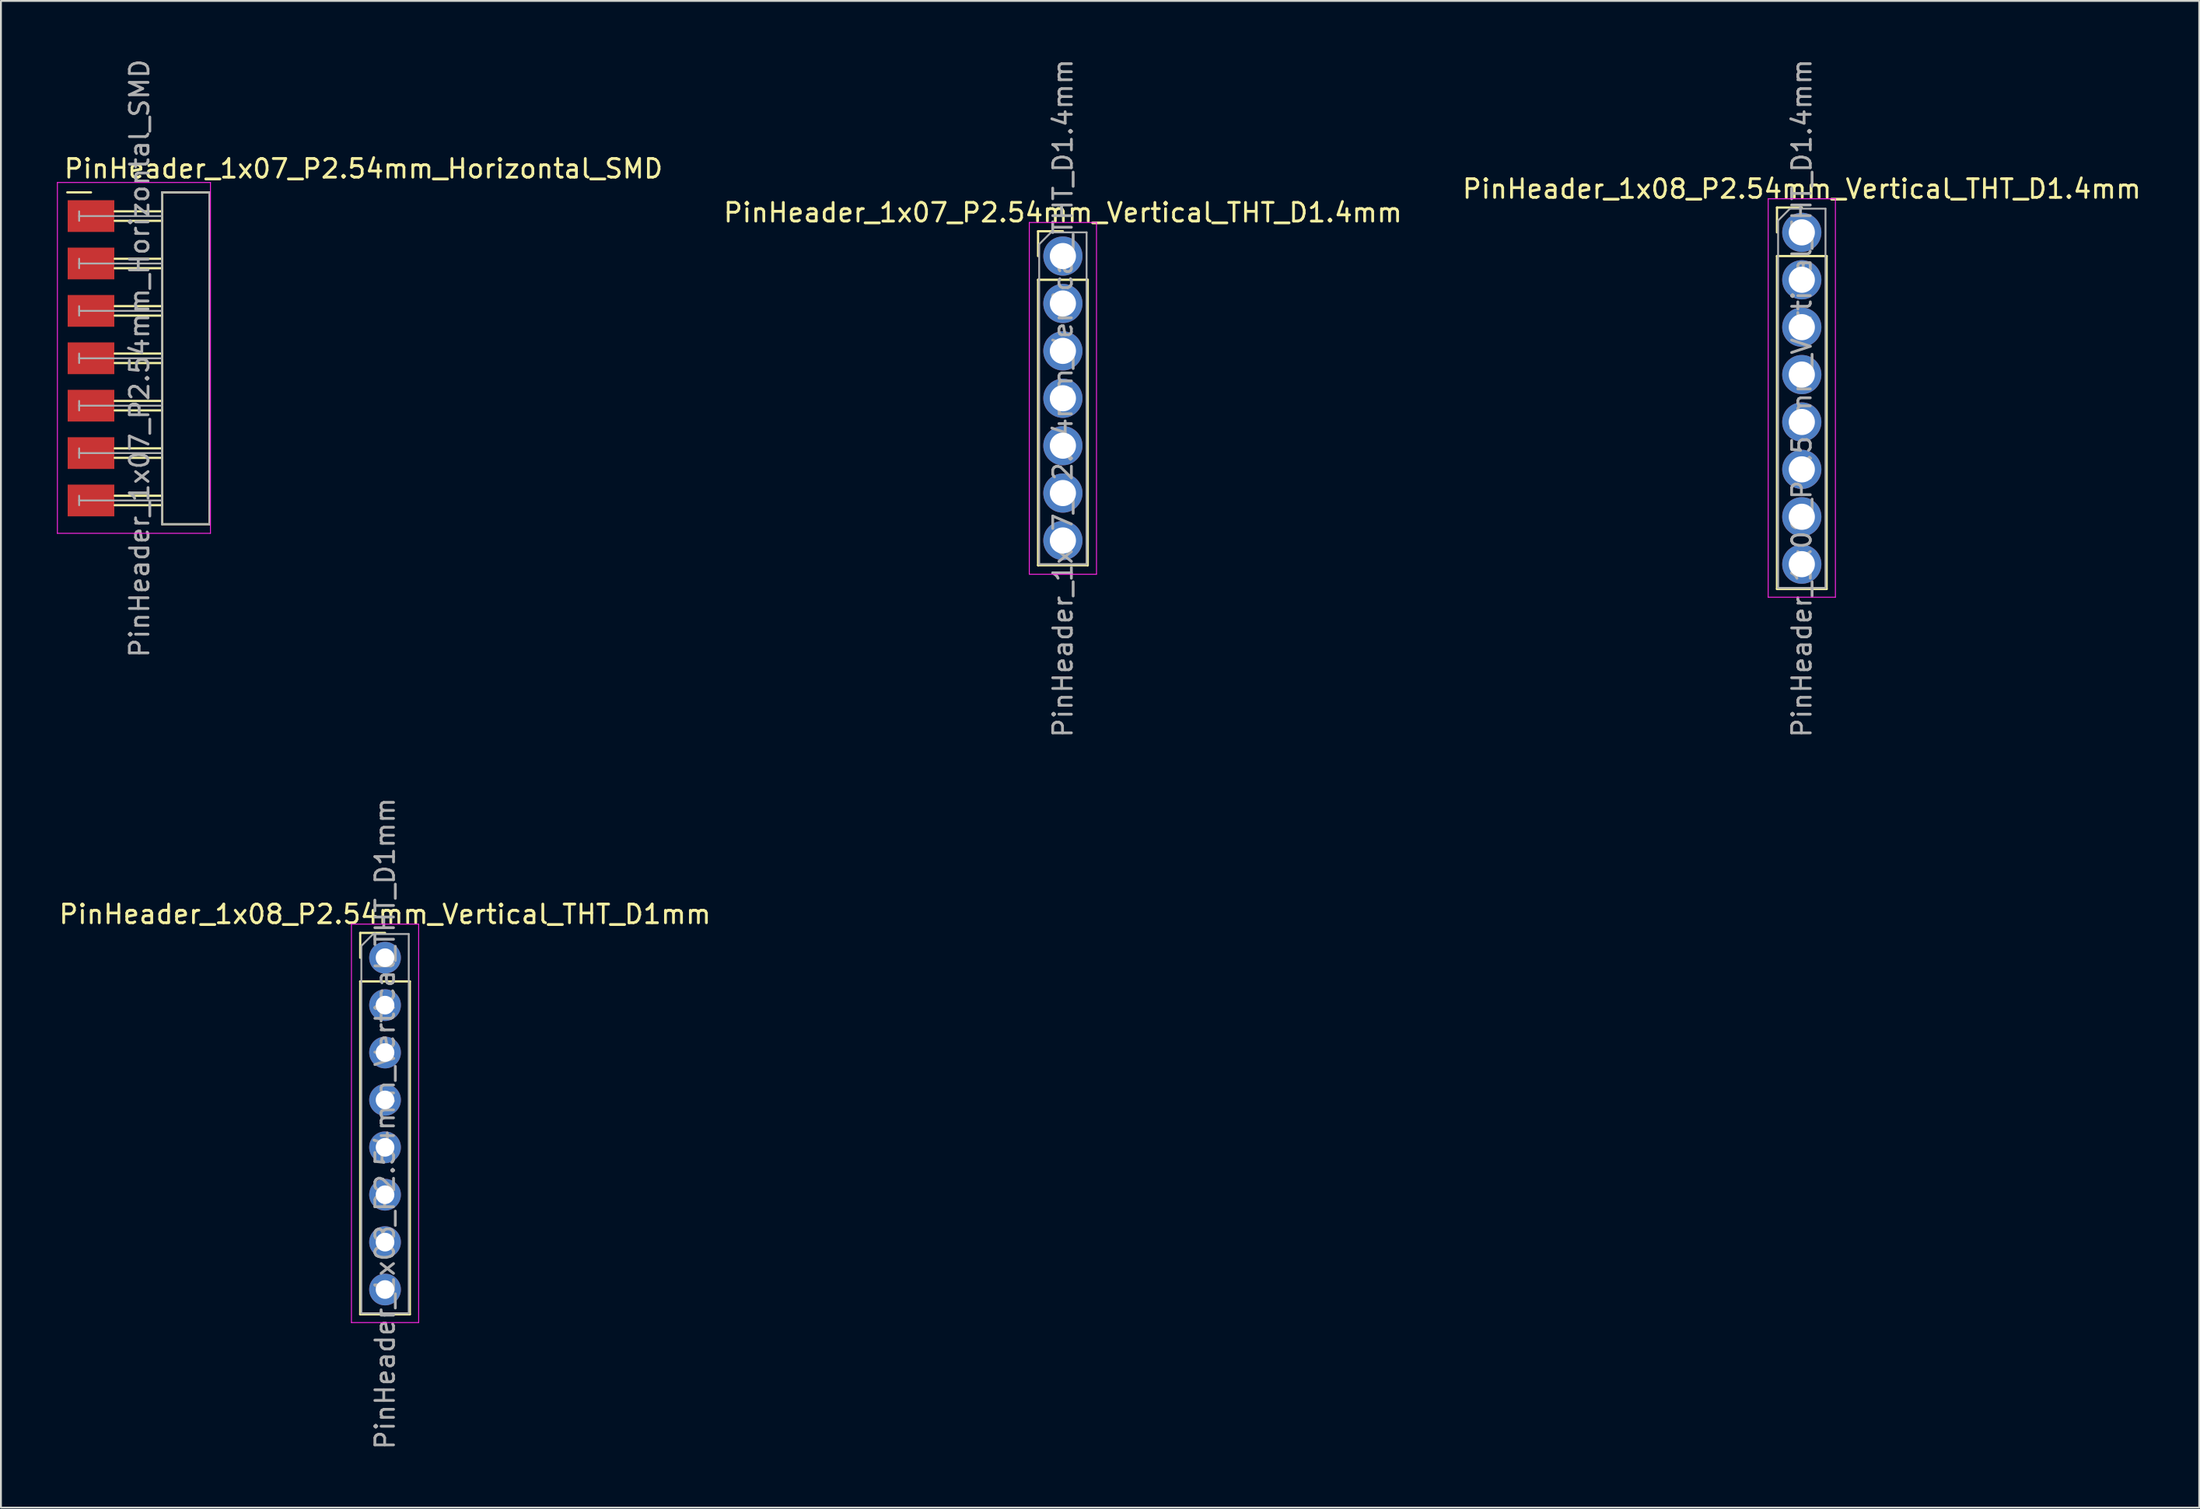
<source format=kicad_pcb>
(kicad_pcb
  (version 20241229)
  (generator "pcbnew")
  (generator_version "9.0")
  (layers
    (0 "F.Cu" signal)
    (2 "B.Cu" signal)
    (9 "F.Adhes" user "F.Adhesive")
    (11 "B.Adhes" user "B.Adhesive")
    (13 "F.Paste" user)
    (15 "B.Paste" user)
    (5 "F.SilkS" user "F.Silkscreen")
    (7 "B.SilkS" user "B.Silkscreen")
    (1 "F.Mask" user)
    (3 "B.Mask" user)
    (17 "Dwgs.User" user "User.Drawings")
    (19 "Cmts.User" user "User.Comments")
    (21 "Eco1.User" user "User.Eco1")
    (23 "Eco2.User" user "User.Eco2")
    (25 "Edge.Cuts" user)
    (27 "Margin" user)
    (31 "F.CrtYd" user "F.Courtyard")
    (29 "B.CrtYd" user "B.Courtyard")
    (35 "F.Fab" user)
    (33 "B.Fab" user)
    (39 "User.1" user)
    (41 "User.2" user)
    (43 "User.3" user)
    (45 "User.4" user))
  (footprint "PinHeader_1x08_P2.54mm_Vertical_THT_D1.4mm"
    (layer "F.Cu")
    (at 93.474 9.402)
    (property "Reference" "PinHeader_1x08_P2.54mm_Vertical_THT_D1.4mm" (at 0 -2.33 0) (layer "F.SilkS") (effects (font (size 1 1) (thickness 0.15))))
    (attr through_hole)
    (fp_line (start -1.33 -1.33) (end 0 -1.33) (stroke (width 0.12) (type solid)) (layer "F.SilkS"))
    (fp_line (start -1.33 0) (end -1.33 -1.33) (stroke (width 0.12) (type solid)) (layer "F.SilkS"))
    (fp_line (start -1.33 1.27) (end -1.33 19.11) (stroke (width 0.12) (type solid)) (layer "F.SilkS"))
    (fp_line (start -1.33 1.27) (end 1.33 1.27) (stroke (width 0.12) (type solid)) (layer "F.SilkS"))
    (fp_line (start -1.33 19.11) (end 1.33 19.11) (stroke (width 0.12) (type solid)) (layer "F.SilkS"))
    (fp_line (start 1.33 1.27) (end 1.33 19.11) (stroke (width 0.12) (type solid)) (layer "F.SilkS"))
    (fp_line (start -1.8 -1.8) (end -1.8 19.55) (stroke (width 0.05) (type solid)) (layer "F.CrtYd"))
    (fp_line (start -1.8 19.55) (end 1.8 19.55) (stroke (width 0.05) (type solid)) (layer "F.CrtYd"))
    (fp_line (start 1.8 -1.8) (end -1.8 -1.8) (stroke (width 0.05) (type solid)) (layer "F.CrtYd"))
    (fp_line (start 1.8 19.55) (end 1.8 -1.8) (stroke (width 0.05) (type solid)) (layer "F.CrtYd"))
    (fp_line (start -1.27 -0.635) (end -0.635 -1.27) (stroke (width 0.1) (type solid)) (layer "F.Fab"))
    (fp_line (start -1.27 19.05) (end -1.27 -0.635) (stroke (width 0.1) (type solid)) (layer "F.Fab"))
    (fp_line (start -0.635 -1.27) (end 1.27 -1.27) (stroke (width 0.1) (type solid)) (layer "F.Fab"))
    (fp_line (start 1.27 -1.27) (end 1.27 19.05) (stroke (width 0.1) (type solid)) (layer "F.Fab"))
    (fp_line (start 1.27 19.05) (end -1.27 19.05) (stroke (width 0.1) (type solid)) (layer "F.Fab"))
    (fp_text user "${REFERENCE}" (at 0 8.89 90) (layer "F.Fab") (effects (font (size 1 1) (thickness 0.15))))
    (pad "1" thru_hole circle (at 0 0) (size 2.1 2.1) (drill 1.4) (layers "*.Cu" "*.Mask"))
    (pad "2" thru_hole circle (at 0 2.54) (size 2.1 2.1) (drill 1.4) (layers "*.Cu" "*.Mask"))
    (pad "3" thru_hole circle (at 0 5.08) (size 2.1 2.1) (drill 1.4) (layers "*.Cu" "*.Mask"))
    (pad "4" thru_hole circle (at 0 7.62) (size 2.1 2.1) (drill 1.4) (layers "*.Cu" "*.Mask"))
    (pad "5" thru_hole circle (at 0 10.16) (size 2.1 2.1) (drill 1.4) (layers "*.Cu" "*.Mask"))
    (pad "6" thru_hole circle (at 0 12.7) (size 2.1 2.1) (drill 1.4) (layers "*.Cu" "*.Mask"))
    (pad "7" thru_hole circle (at 0 15.24) (size 2.1 2.1) (drill 1.4) (layers "*.Cu" "*.Mask"))
    (pad "8" thru_hole circle (at 0 17.78) (size 2.1 2.1) (drill 1.4) (layers "*.Cu" "*.Mask")))
  (footprint "PinHeader_1x08_P2.54mm_Vertical_THT_D1mm"
    (layer "F.Cu")
    (at 17.577 48.271)
    (property "Reference" "PinHeader_1x08_P2.54mm_Vertical_THT_D1mm" (at 0 -2.33 0) (layer "F.SilkS") (effects (font (size 1 1) (thickness 0.15))))
    (attr through_hole)
    (fp_line (start -1.33 -1.33) (end 0 -1.33) (stroke (width 0.12) (type solid)) (layer "F.SilkS"))
    (fp_line (start -1.33 0) (end -1.33 -1.33) (stroke (width 0.12) (type solid)) (layer "F.SilkS"))
    (fp_line (start -1.33 1.27) (end -1.33 19.11) (stroke (width 0.12) (type solid)) (layer "F.SilkS"))
    (fp_line (start -1.33 1.27) (end 1.33 1.27) (stroke (width 0.12) (type solid)) (layer "F.SilkS"))
    (fp_line (start -1.33 19.11) (end 1.33 19.11) (stroke (width 0.12) (type solid)) (layer "F.SilkS"))
    (fp_line (start 1.33 1.27) (end 1.33 19.11) (stroke (width 0.12) (type solid)) (layer "F.SilkS"))
    (fp_line (start -1.8 -1.8) (end -1.8 19.55) (stroke (width 0.05) (type solid)) (layer "F.CrtYd"))
    (fp_line (start -1.8 19.55) (end 1.8 19.55) (stroke (width 0.05) (type solid)) (layer "F.CrtYd"))
    (fp_line (start 1.8 -1.8) (end -1.8 -1.8) (stroke (width 0.05) (type solid)) (layer "F.CrtYd"))
    (fp_line (start 1.8 19.55) (end 1.8 -1.8) (stroke (width 0.05) (type solid)) (layer "F.CrtYd"))
    (fp_line (start -1.27 -0.635) (end -0.635 -1.27) (stroke (width 0.1) (type solid)) (layer "F.Fab"))
    (fp_line (start -1.27 19.05) (end -1.27 -0.635) (stroke (width 0.1) (type solid)) (layer "F.Fab"))
    (fp_line (start -0.635 -1.27) (end 1.27 -1.27) (stroke (width 0.1) (type solid)) (layer "F.Fab"))
    (fp_line (start 1.27 -1.27) (end 1.27 19.05) (stroke (width 0.1) (type solid)) (layer "F.Fab"))
    (fp_line (start 1.27 19.05) (end -1.27 19.05) (stroke (width 0.1) (type solid)) (layer "F.Fab"))
    (fp_text user "${REFERENCE}" (at 0 8.89 90) (layer "F.Fab") (effects (font (size 1 1) (thickness 0.15))))
    (pad "1" thru_hole circle (at 0 0) (size 1.7 1.7) (drill 1) (layers "*.Cu" "*.Mask"))
    (pad "2" thru_hole oval (at 0 2.54) (size 1.7 1.7) (drill 1) (layers "*.Cu" "*.Mask"))
    (pad "3" thru_hole oval (at 0 5.08) (size 1.7 1.7) (drill 1) (layers "*.Cu" "*.Mask"))
    (pad "4" thru_hole oval (at 0 7.62) (size 1.7 1.7) (drill 1) (layers "*.Cu" "*.Mask"))
    (pad "5" thru_hole oval (at 0 10.16) (size 1.7 1.7) (drill 1) (layers "*.Cu" "*.Mask"))
    (pad "6" thru_hole oval (at 0 12.7) (size 1.7 1.7) (drill 1) (layers "*.Cu" "*.Mask"))
    (pad "7" thru_hole oval (at 0 15.24) (size 1.7 1.7) (drill 1) (layers "*.Cu" "*.Mask"))
    (pad "8" thru_hole oval (at 0 17.78) (size 1.7 1.7) (drill 1) (layers "*.Cu" "*.Mask")))
  (footprint "PinHeader_1x07_P2.54mm_Horizontal_SMD"
    (layer "F.Cu")
    (at 1.825 8.529)
    (property "Reference" "PinHeader_1x07_P2.54mm_Horizontal_SMD" (at -1.524 -2.54 180) (layer "F.SilkS") (effects (font (size 1 1) (thickness 0.15)) (justify left)))
    (attr smd)
    (fp_line (start -1.27 -1.27) (end 0 -1.27) (stroke (width 0.12) (type solid)) (layer "F.SilkS"))
    (fp_line (start 3.81 -1.27) (end 6.35 -1.27) (stroke (width 0.12) (type solid)) (layer "F.SilkS"))
    (fp_line (start 3.81 -0.254) (end 1.27 -0.254) (stroke (width 0.12) (type solid)) (layer "F.SilkS"))
    (fp_line (start 3.81 0.254) (end 1.27 0.254) (stroke (width 0.12) (type solid)) (layer "F.SilkS"))
    (fp_line (start 3.81 2.286) (end 1.27 2.286) (stroke (width 0.12) (type solid)) (layer "F.SilkS"))
    (fp_line (start 3.81 2.794) (end 1.27 2.794) (stroke (width 0.12) (type solid)) (layer "F.SilkS"))
    (fp_line (start 3.81 4.826) (end 1.27 4.826) (stroke (width 0.12) (type solid)) (layer "F.SilkS"))
    (fp_line (start 3.81 5.334) (end 1.27 5.334) (stroke (width 0.12) (type solid)) (layer "F.SilkS"))
    (fp_line (start 3.81 7.366) (end 1.27 7.366) (stroke (width 0.12) (type solid)) (layer "F.SilkS"))
    (fp_line (start 3.81 7.874) (end 1.27 7.874) (stroke (width 0.12) (type solid)) (layer "F.SilkS"))
    (fp_line (start 3.81 9.906) (end 1.27 9.906) (stroke (width 0.12) (type solid)) (layer "F.SilkS"))
    (fp_line (start 3.81 10.414) (end 1.27 10.414) (stroke (width 0.12) (type solid)) (layer "F.SilkS"))
    (fp_line (start 3.81 12.446) (end 1.27 12.446) (stroke (width 0.12) (type solid)) (layer "F.SilkS"))
    (fp_line (start 3.81 12.954) (end 1.27 12.954) (stroke (width 0.12) (type solid)) (layer "F.SilkS"))
    (fp_line (start 3.81 14.986) (end 1.27 14.986) (stroke (width 0.12) (type solid)) (layer "F.SilkS"))
    (fp_line (start 3.81 15.494) (end 1.27 15.494) (stroke (width 0.12) (type solid)) (layer "F.SilkS"))
    (fp_line (start 3.81 16.51) (end 3.81 -1.27) (stroke (width 0.12) (type solid)) (layer "F.SilkS"))
    (fp_line (start 6.35 -1.27) (end 6.35 16.51) (stroke (width 0.12) (type solid)) (layer "F.SilkS"))
    (fp_line (start 6.35 16.51) (end 3.81 16.51) (stroke (width 0.12) (type solid)) (layer "F.SilkS"))
    (fp_line (start -1.8 -1.8) (end -1.8 17) (stroke (width 0.05) (type solid)) (layer "F.CrtYd"))
    (fp_line (start -1.8 17) (end 6.4 17) (stroke (width 0.05) (type solid)) (layer "F.CrtYd"))
    (fp_line (start 6.4 -1.8) (end -1.8 -1.8) (stroke (width 0.05) (type solid)) (layer "F.CrtYd"))
    (fp_line (start 6.4 17) (end 6.4 -1.8) (stroke (width 0.05) (type solid)) (layer "F.CrtYd"))
    (fp_line (start -0.635 -0.254) (end -0.635 0.254) (stroke (width 0.1) (type solid)) (layer "F.Fab"))
    (fp_line (start -0.635 2.286) (end -0.635 2.794) (stroke (width 0.1) (type solid)) (layer "F.Fab"))
    (fp_line (start -0.635 4.826) (end -0.635 5.334) (stroke (width 0.1) (type solid)) (layer "F.Fab"))
    (fp_line (start -0.635 7.366) (end -0.635 7.874) (stroke (width 0.1) (type solid)) (layer "F.Fab"))
    (fp_line (start -0.635 9.906) (end -0.635 10.414) (stroke (width 0.1) (type solid)) (layer "F.Fab"))
    (fp_line (start -0.635 12.446) (end -0.635 12.954) (stroke (width 0.1) (type solid)) (layer "F.Fab"))
    (fp_line (start -0.635 14.986) (end -0.635 15.494) (stroke (width 0.1) (type solid)) (layer "F.Fab"))
    (fp_line (start 3.8 -1.27) (end 6.34 -1.27) (stroke (width 0.1) (type solid)) (layer "F.Fab"))
    (fp_line (start 3.8 16.51) (end 3.8 -1.27) (stroke (width 0.1) (type solid)) (layer "F.Fab"))
    (fp_line (start 3.8 16.51) (end 6.35 16.51) (stroke (width 0.1) (type solid)) (layer "F.Fab"))
    (fp_line (start 3.81 0) (end -0.635 0) (stroke (width 0.1) (type solid)) (layer "F.Fab"))
    (fp_line (start 3.81 2.54) (end -0.635 2.54) (stroke (width 0.1) (type solid)) (layer "F.Fab"))
    (fp_line (start 3.81 5.08) (end -0.635 5.08) (stroke (width 0.1) (type solid)) (layer "F.Fab"))
    (fp_line (start 3.81 7.62) (end -0.635 7.62) (stroke (width 0.1) (type solid)) (layer "F.Fab"))
    (fp_line (start 3.81 10.16) (end -0.635 10.16) (stroke (width 0.1) (type solid)) (layer "F.Fab"))
    (fp_line (start 3.81 12.7) (end -0.635 12.7) (stroke (width 0.1) (type solid)) (layer "F.Fab"))
    (fp_line (start 3.81 15.24) (end -0.635 15.24) (stroke (width 0.1) (type solid)) (layer "F.Fab"))
    (fp_line (start 6.34 -1.27) (end 6.35 16.51) (stroke (width 0.1) (type solid)) (layer "F.Fab"))
    (fp_text user "${REFERENCE}" (at 2.6 7.62 90) (layer "F.Fab") (effects (font (size 1 1) (thickness 0.15))))
    (pad "1" smd rect (at 0 0) (size 2.5 1.7) (layers "F.Cu" "F.Mask" "F.Paste"))
    (pad "2" smd rect (at 0 2.54) (size 2.5 1.7) (layers "F.Cu" "F.Mask" "F.Paste"))
    (pad "3" smd rect (at 0 5.08) (size 2.5 1.7) (layers "F.Cu" "F.Mask" "F.Paste"))
    (pad "4" smd rect (at 0 7.62) (size 2.5 1.7) (layers "F.Cu" "F.Mask" "F.Paste"))
    (pad "5" smd rect (at 0 10.16) (size 2.5 1.7) (layers "F.Cu" "F.Mask" "F.Paste"))
    (pad "6" smd rect (at 0 12.7) (size 2.5 1.7) (layers "F.Cu" "F.Mask" "F.Paste"))
    (pad "7" smd rect (at 0 15.24) (size 2.5 1.7) (layers "F.Cu" "F.Mask" "F.Paste")))
  (footprint "PinHeader_1x07_P2.54mm_Vertical_THT_D1.4mm"
    (layer "F.Cu")
    (at 53.89 10.672)
    (property "Reference" "PinHeader_1x07_P2.54mm_Vertical_THT_D1.4mm" (at 0 -2.33 0) (layer "F.SilkS") (effects (font (size 1 1) (thickness 0.15))))
    (attr through_hole)
    (fp_line (start -1.33 -1.33) (end 0 -1.33) (stroke (width 0.12) (type solid)) (layer "F.SilkS"))
    (fp_line (start -1.33 0) (end -1.33 -1.33) (stroke (width 0.12) (type solid)) (layer "F.SilkS"))
    (fp_line (start -1.33 1.27) (end -1.33 16.57) (stroke (width 0.12) (type solid)) (layer "F.SilkS"))
    (fp_line (start -1.33 1.27) (end 1.33 1.27) (stroke (width 0.12) (type solid)) (layer "F.SilkS"))
    (fp_line (start -1.33 16.57) (end 1.33 16.57) (stroke (width 0.12) (type solid)) (layer "F.SilkS"))
    (fp_line (start 1.33 1.27) (end 1.33 16.57) (stroke (width 0.12) (type solid)) (layer "F.SilkS"))
    (fp_line (start -1.8 -1.8) (end -1.8 17.05) (stroke (width 0.05) (type solid)) (layer "F.CrtYd"))
    (fp_line (start -1.8 17.05) (end 1.8 17.05) (stroke (width 0.05) (type solid)) (layer "F.CrtYd"))
    (fp_line (start 1.8 -1.8) (end -1.8 -1.8) (stroke (width 0.05) (type solid)) (layer "F.CrtYd"))
    (fp_line (start 1.8 17.05) (end 1.8 -1.8) (stroke (width 0.05) (type solid)) (layer "F.CrtYd"))
    (fp_line (start -1.27 -0.635) (end -0.635 -1.27) (stroke (width 0.1) (type solid)) (layer "F.Fab"))
    (fp_line (start -1.27 16.51) (end -1.27 -0.635) (stroke (width 0.1) (type solid)) (layer "F.Fab"))
    (fp_line (start -0.635 -1.27) (end 1.27 -1.27) (stroke (width 0.1) (type solid)) (layer "F.Fab"))
    (fp_line (start 1.27 -1.27) (end 1.27 16.51) (stroke (width 0.1) (type solid)) (layer "F.Fab"))
    (fp_line (start 1.27 16.51) (end -1.27 16.51) (stroke (width 0.1) (type solid)) (layer "F.Fab"))
    (fp_text user "${REFERENCE}" (at 0 7.62 90) (layer "F.Fab") (effects (font (size 1 1) (thickness 0.15))))
    (pad "1" thru_hole circle (at 0 0) (size 2.1 2.1) (drill 1.4) (layers "*.Cu" "*.Mask"))
    (pad "2" thru_hole circle (at 0 2.54) (size 2.1 2.1) (drill 1.4) (layers "*.Cu" "*.Mask"))
    (pad "3" thru_hole circle (at 0 5.08) (size 2.1 2.1) (drill 1.4) (layers "*.Cu" "*.Mask"))
    (pad "4" thru_hole circle (at 0 7.62) (size 2.1 2.1) (drill 1.4) (layers "*.Cu" "*.Mask"))
    (pad "5" thru_hole circle (at 0 10.16) (size 2.1 2.1) (drill 1.4) (layers "*.Cu" "*.Mask"))
    (pad "6" thru_hole circle (at 0 12.7) (size 2.1 2.1) (drill 1.4) (layers "*.Cu" "*.Mask"))
    (pad "7" thru_hole circle (at 0 15.24) (size 2.1 2.1) (drill 1.4) (layers "*.Cu" "*.Mask")))
  (gr_rect
    (start -3 -3)
    (end 114.765 77.738)
    (stroke (width 0.1) (type default))
    (fill no)
    (layer "Edge.Cuts")))
</source>
